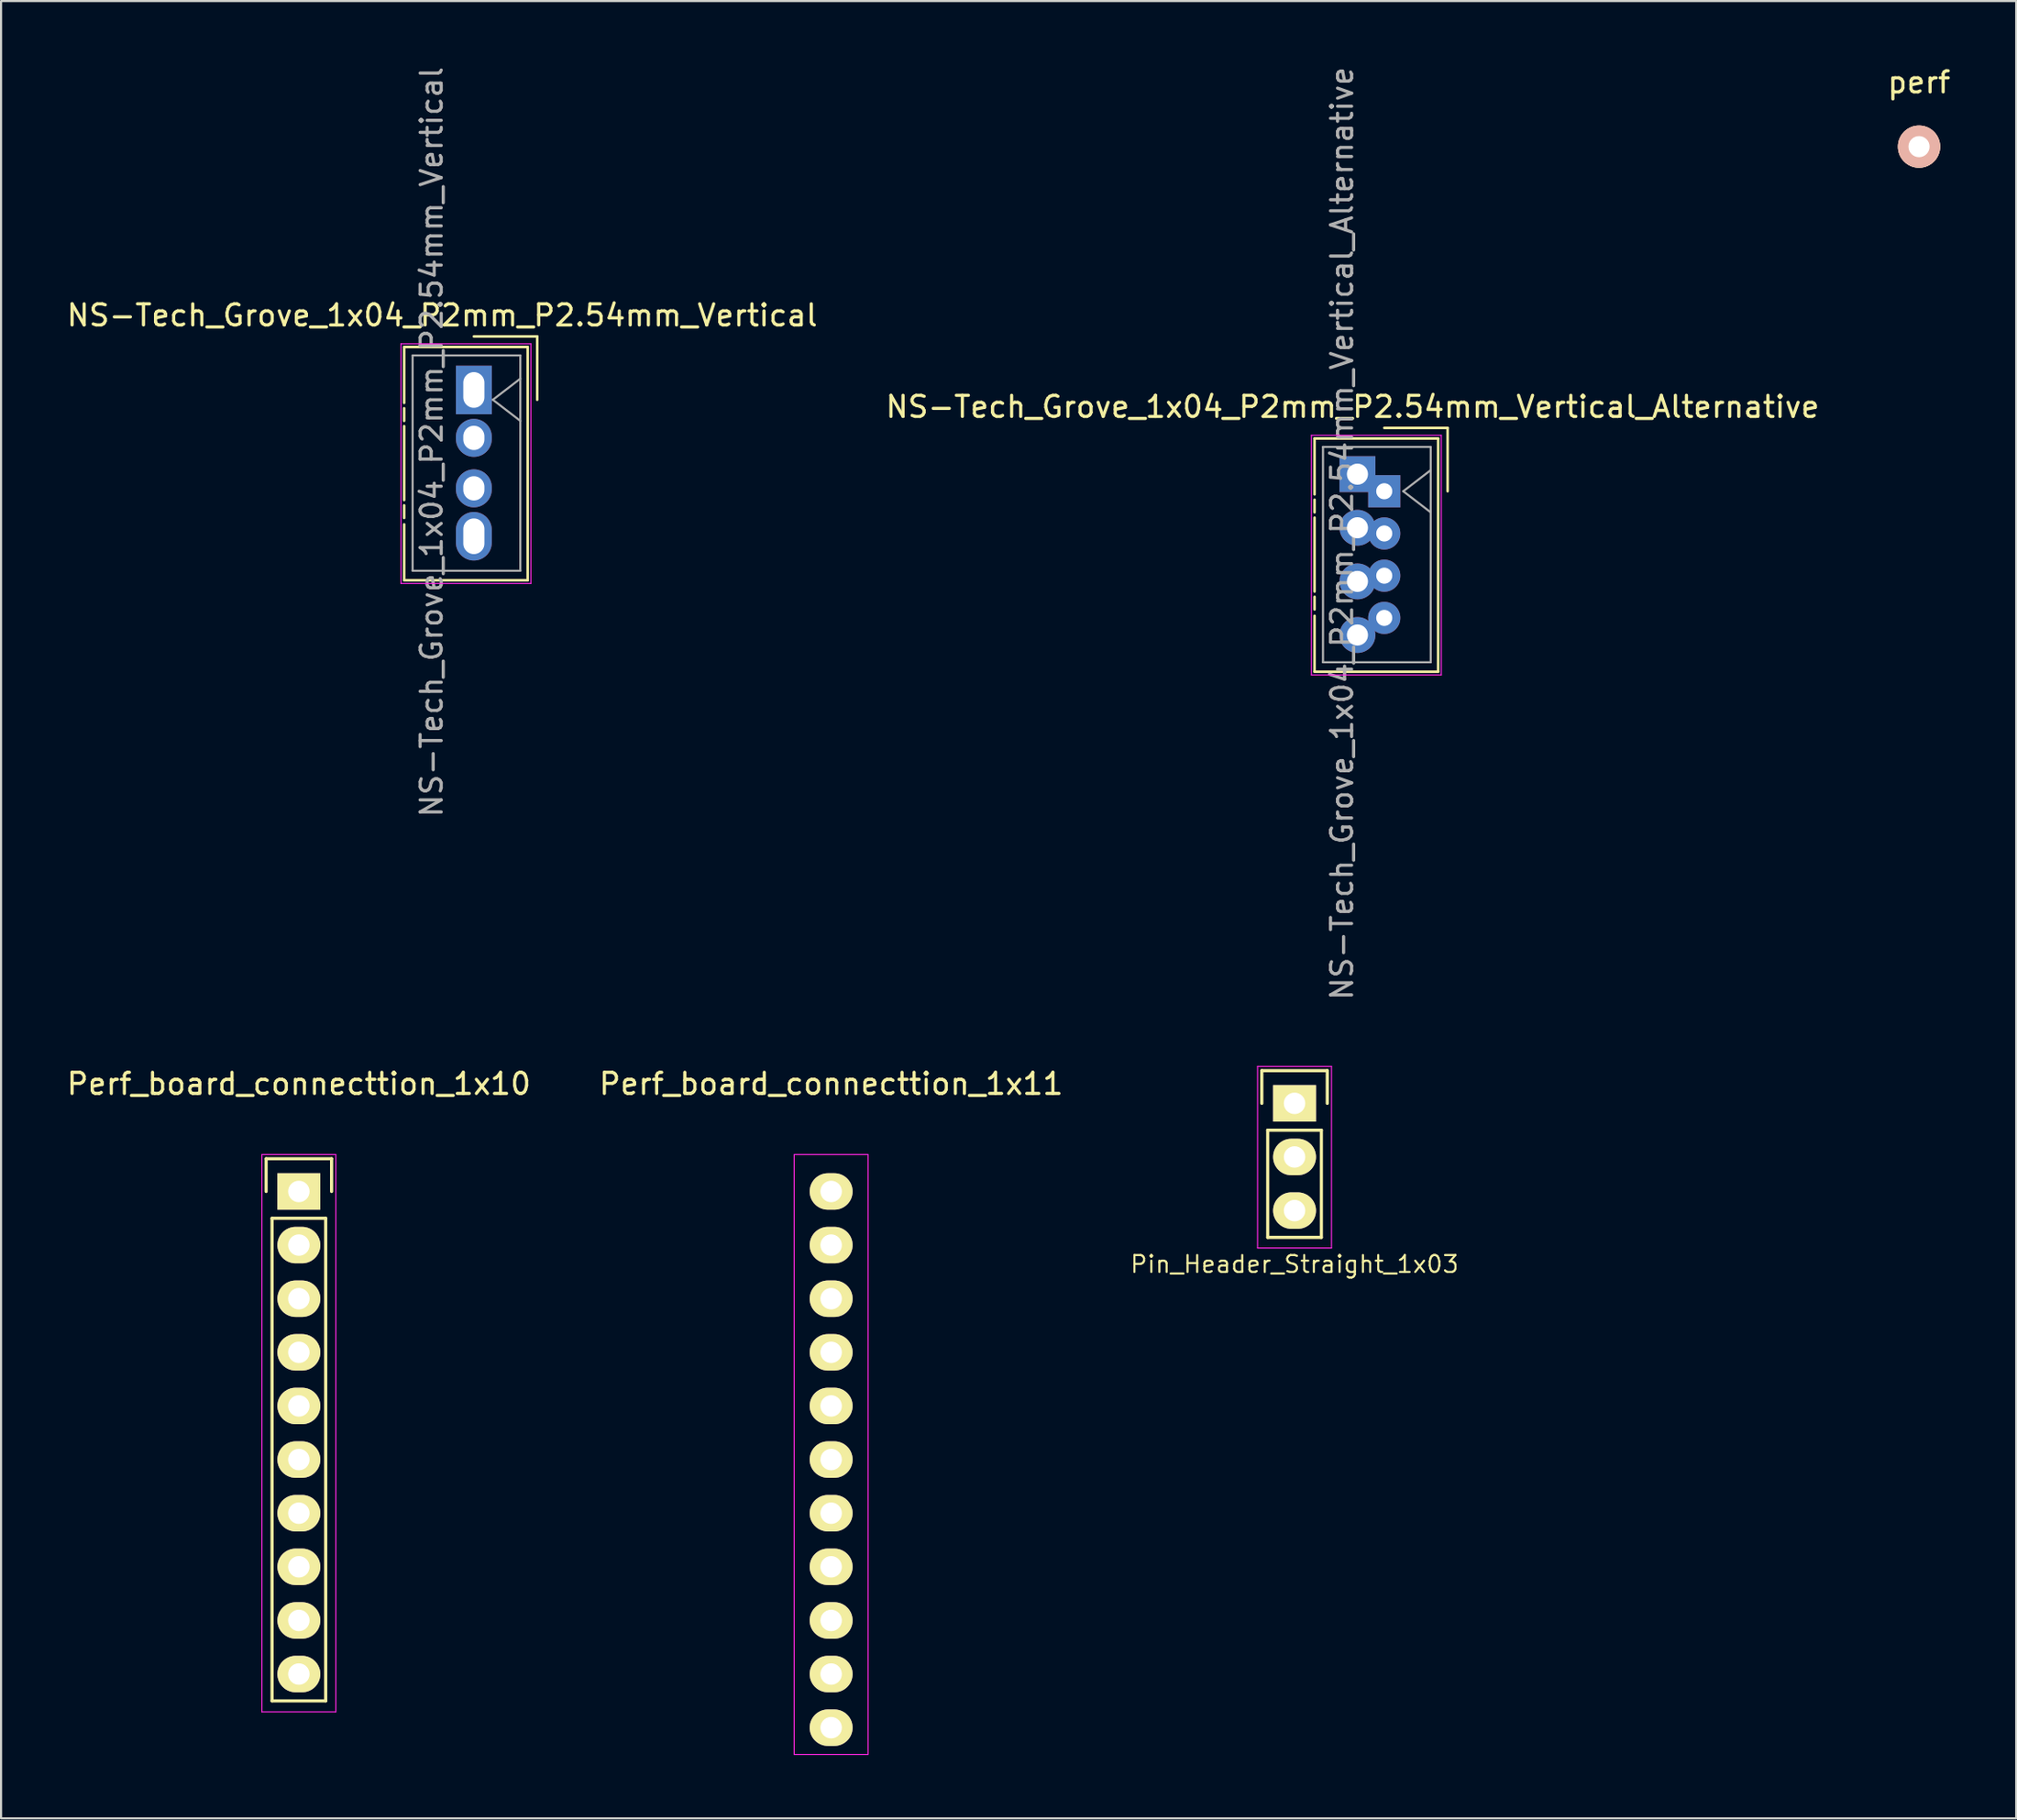
<source format=kicad_pcb>
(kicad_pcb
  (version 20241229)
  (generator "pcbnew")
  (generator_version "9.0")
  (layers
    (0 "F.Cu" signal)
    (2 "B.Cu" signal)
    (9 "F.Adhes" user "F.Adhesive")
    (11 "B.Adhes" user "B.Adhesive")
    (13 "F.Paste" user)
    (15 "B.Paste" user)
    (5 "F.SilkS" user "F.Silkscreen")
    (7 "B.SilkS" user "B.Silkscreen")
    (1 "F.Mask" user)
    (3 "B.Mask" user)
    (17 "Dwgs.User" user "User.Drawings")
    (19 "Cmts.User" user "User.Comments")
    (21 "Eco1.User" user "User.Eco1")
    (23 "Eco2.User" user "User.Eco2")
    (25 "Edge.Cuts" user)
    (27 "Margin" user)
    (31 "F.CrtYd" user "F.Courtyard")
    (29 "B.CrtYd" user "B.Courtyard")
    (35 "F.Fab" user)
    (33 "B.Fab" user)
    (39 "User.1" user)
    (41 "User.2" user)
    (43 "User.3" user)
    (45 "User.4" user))
  (footprint "NS-Tech_Grove_1x04_P2mm_P2.54mm_Vertical_Alternative"
    (layer "F.Cu")
    (at 62.494 20.22)
    (property "Reference" "NS-Tech_Grove_1x04_P2mm_P2.54mm_Vertical_Alternative" (at -1.5 -4 0) (layer "F.SilkS") (effects (font (size 1 1) (thickness 0.15))))
    (attr through_hole)
    (fp_line (start -3.3 -2.5) (end -3.3 0.15) (stroke (width 0.12) (type solid)) (layer "F.SilkS"))
    (fp_line (start -3.3 -2.5) (end 2.55 -2.5) (stroke (width 0.12) (type solid)) (layer "F.SilkS"))
    (fp_line (start -3.3 0.4) (end -3.3 1) (stroke (width 0.12) (type solid)) (layer "F.SilkS"))
    (fp_line (start -3.3 1.25) (end -3.3 4.75) (stroke (width 0.12) (type solid)) (layer "F.SilkS"))
    (fp_line (start -3.3 5) (end -3.3 5.6) (stroke (width 0.12) (type solid)) (layer "F.SilkS"))
    (fp_line (start -3.3 5.9) (end -3.3 8.55) (stroke (width 0.12) (type solid)) (layer "F.SilkS"))
    (fp_line (start -3.3 8.55) (end 2.55 8.55) (stroke (width 0.12) (type solid)) (layer "F.SilkS"))
    (fp_line (start 0 -3) (end 3 -3) (stroke (width 0.12) (type solid)) (layer "F.SilkS"))
    (fp_line (start 2.55 -2.5) (end 2.55 8.55) (stroke (width 0.12) (type solid)) (layer "F.SilkS"))
    (fp_line (start 3 -3) (end 3 0) (stroke (width 0.12) (type solid)) (layer "F.SilkS"))
    (fp_line (start -3.45 -2.65) (end -3.45 8.7) (stroke (width 0.05) (type solid)) (layer "F.CrtYd"))
    (fp_line (start -3.45 -2.65) (end 2.7 -2.65) (stroke (width 0.05) (type solid)) (layer "F.CrtYd"))
    (fp_line (start -3.45 8.7) (end 2.7 8.7) (stroke (width 0.05) (type solid)) (layer "F.CrtYd"))
    (fp_line (start 2.7 8.7) (end 2.7 -2.65) (stroke (width 0.05) (type solid)) (layer "F.CrtYd"))
    (fp_line (start -2.9 -2.1) (end 2.2 -2.1) (stroke (width 0.1) (type solid)) (layer "F.Fab"))
    (fp_line (start -2.9 8.1) (end -2.9 -2.1) (stroke (width 0.1) (type solid)) (layer "F.Fab"))
    (fp_line (start 0.9 0) (end 2.2 1) (stroke (width 0.1) (type solid)) (layer "F.Fab"))
    (fp_line (start 2.2 -2.1) (end 2.2 8.1) (stroke (width 0.1) (type solid)) (layer "F.Fab"))
    (fp_line (start 2.2 -1) (end 0.9 0) (stroke (width 0.1) (type solid)) (layer "F.Fab"))
    (fp_line (start 2.2 8.1) (end -2.9 8.1) (stroke (width 0.1) (type solid)) (layer "F.Fab"))
    (fp_text user "${REFERENCE}" (at -2 2 90) (layer "F.Fab") (effects (font (size 1 1) (thickness 0.15))))
    (pad "1" thru_hole rect (at -1.27 -0.81) (size 1.7 1.7) (drill 1) (layers "*.Cu" "*.Mask"))
    (pad "1" thru_hole rect (at 0 0) (size 1.524 1.524) (drill 0.762) (layers "*.Cu" "*.Mask"))
    (pad "2" thru_hole circle (at -1.27 1.73) (size 1.7 1.7) (drill 1) (layers "*.Cu" "*.Mask"))
    (pad "2" thru_hole circle (at 0 2) (size 1.524 1.524) (drill 0.762) (layers "*.Cu" "*.Mask"))
    (pad "3" thru_hole circle (at -1.27 4.27) (size 1.7 1.7) (drill 1) (layers "*.Cu" "*.Mask"))
    (pad "3" thru_hole circle (at 0 4) (size 1.524 1.524) (drill 0.762) (layers "*.Cu" "*.Mask"))
    (pad "4" thru_hole circle (at -1.27 6.81) (size 1.7 1.7) (drill 1) (layers "*.Cu" "*.Mask"))
    (pad "4" thru_hole circle (at 0 6) (size 1.524 1.524) (drill 0.762) (layers "*.Cu" "*.Mask")))
  (footprint "NS-Tech_Grove_1x04_P2mm_P2.54mm_Vertical"
    (layer "F.Cu")
    (at 19.387 15.887)
    (property "Reference" "NS-Tech_Grove_1x04_P2mm_P2.54mm_Vertical" (at -1.5 -4 0) (layer "F.SilkS") (effects (font (size 1 1) (thickness 0.15))))
    (attr through_hole)
    (fp_line (start -3.3 -2.5) (end -3.3 0.15) (stroke (width 0.12) (type solid)) (layer "F.SilkS"))
    (fp_line (start -3.3 -2.5) (end 2.55 -2.5) (stroke (width 0.12) (type solid)) (layer "F.SilkS"))
    (fp_line (start -3.3 0.4) (end -3.3 1) (stroke (width 0.12) (type solid)) (layer "F.SilkS"))
    (fp_line (start -3.3 1.25) (end -3.3 4.75) (stroke (width 0.12) (type solid)) (layer "F.SilkS"))
    (fp_line (start -3.3 5) (end -3.3 5.6) (stroke (width 0.12) (type solid)) (layer "F.SilkS"))
    (fp_line (start -3.3 5.9) (end -3.3 8.55) (stroke (width 0.12) (type solid)) (layer "F.SilkS"))
    (fp_line (start -3.3 8.55) (end 2.55 8.55) (stroke (width 0.12) (type solid)) (layer "F.SilkS"))
    (fp_line (start 0 -3) (end 3 -3) (stroke (width 0.12) (type solid)) (layer "F.SilkS"))
    (fp_line (start 2.55 -2.5) (end 2.55 8.55) (stroke (width 0.12) (type solid)) (layer "F.SilkS"))
    (fp_line (start 3 -3) (end 3 0) (stroke (width 0.12) (type solid)) (layer "F.SilkS"))
    (fp_line (start -3.45 -2.65) (end -3.45 8.7) (stroke (width 0.05) (type solid)) (layer "F.CrtYd"))
    (fp_line (start -3.45 -2.65) (end 2.7 -2.65) (stroke (width 0.05) (type solid)) (layer "F.CrtYd"))
    (fp_line (start -3.45 8.7) (end 2.7 8.7) (stroke (width 0.05) (type solid)) (layer "F.CrtYd"))
    (fp_line (start 2.7 8.7) (end 2.7 -2.65) (stroke (width 0.05) (type solid)) (layer "F.CrtYd"))
    (fp_line (start -2.9 -2.1) (end 2.2 -2.1) (stroke (width 0.1) (type solid)) (layer "F.Fab"))
    (fp_line (start -2.9 8.1) (end -2.9 -2.1) (stroke (width 0.1) (type solid)) (layer "F.Fab"))
    (fp_line (start 0.9 0) (end 2.2 1) (stroke (width 0.1) (type solid)) (layer "F.Fab"))
    (fp_line (start 2.2 -2.1) (end 2.2 8.1) (stroke (width 0.1) (type solid)) (layer "F.Fab"))
    (fp_line (start 2.2 -1) (end 0.9 0) (stroke (width 0.1) (type solid)) (layer "F.Fab"))
    (fp_line (start 2.2 8.1) (end -2.9 8.1) (stroke (width 0.1) (type solid)) (layer "F.Fab"))
    (fp_text user "${REFERENCE}" (at -2 2 90) (layer "F.Fab") (effects (font (size 1 1) (thickness 0.15))))
    (pad "1" thru_hole rect (at 0 -0.465) (size 1.7 2.3) (drill oval 1 1.69) (layers "*.Cu" "*.Mask"))
    (pad "2" thru_hole oval (at 0 1.805) (size 1.7 1.8) (drill oval 1 1.15) (layers "*.Cu" "*.Mask"))
    (pad "3" thru_hole oval (at 0 4.195) (size 1.7 1.8) (drill oval 1 1.15) (layers "*.Cu" "*.Mask"))
    (pad "4" thru_hole oval (at 0 6.465) (size 1.7 2.3) (drill oval 1 1.69) (layers "*.Cu" "*.Mask")))
  (footprint "Perf_board_connecttion_1x11"
    (layer "F.Cu")
    (at 36.304 53.389)
    (property "Reference" "Perf_board_connecttion_1x11" (at 0 -5.1 0) (layer "F.SilkS") (effects (font (size 1 1) (thickness 0.15))))
    (attr through_hole)
    (fp_line (start -1.75 -1.75) (end -1.75 26.67) (stroke (width 0.05) (type solid)) (layer "F.CrtYd"))
    (fp_line (start -1.75 -1.75) (end 1.75 -1.75) (stroke (width 0.05) (type solid)) (layer "F.CrtYd"))
    (fp_line (start -1.75 26.67) (end 1.75 26.67) (stroke (width 0.05) (type solid)) (layer "F.CrtYd"))
    (fp_line (start 1.75 -1.75) (end 1.75 26.67) (stroke (width 0.05) (type solid)) (layer "F.CrtYd"))
    (pad "1" thru_hole oval (at 0 0) (size 2.032 1.727) (drill 1.016) (layers "*.Cu" "*.Mask" "F.SilkS"))
    (pad "2" thru_hole oval (at 0 2.54) (size 2.032 1.727) (drill 1.016) (layers "*.Cu" "*.Mask" "F.SilkS"))
    (pad "3" thru_hole oval (at 0 5.08) (size 2.032 1.727) (drill 1.016) (layers "*.Cu" "*.Mask" "F.SilkS"))
    (pad "4" thru_hole oval (at 0 7.62) (size 2.032 1.727) (drill 1.016) (layers "*.Cu" "*.Mask" "F.SilkS"))
    (pad "5" thru_hole oval (at 0 10.16) (size 2.032 1.727) (drill 1.016) (layers "*.Cu" "*.Mask" "F.SilkS"))
    (pad "6" thru_hole oval (at 0 12.7) (size 2.032 1.727) (drill 1.016) (layers "*.Cu" "*.Mask" "F.SilkS"))
    (pad "7" thru_hole oval (at 0 15.24) (size 2.032 1.727) (drill 1.016) (layers "*.Cu" "*.Mask" "F.SilkS"))
    (pad "8" thru_hole oval (at 0 17.78) (size 2.032 1.727) (drill 1.016) (layers "*.Cu" "*.Mask" "F.SilkS"))
    (pad "9" thru_hole oval (at 0 20.32) (size 2.032 1.727) (drill 1.016) (layers "*.Cu" "*.Mask" "F.SilkS"))
    (pad "10" thru_hole oval (at 0 22.86) (size 2.032 1.727) (drill 1.016) (layers "*.Cu" "*.Mask" "F.SilkS"))
    (pad "11" thru_hole oval (at 0 25.4) (size 2.032 1.727) (drill 1.016) (layers "*.Cu" "*.Mask" "F.SilkS")))
  (footprint "Pin_Header_Straight_1x03"
    (layer "F.Cu")
    (at 58.246 49.215)
    (property "Reference" "Pin_Header_Straight_1x03" (at 0 7.62 0) (layer "F.SilkS") (effects (font (size 0.8 0.8) (thickness 0.1))))
    (attr through_hole)
    (fp_line (start -1.55 -1.55) (end 1.55 -1.55) (stroke (width 0.15) (type solid)) (layer "F.SilkS"))
    (fp_line (start -1.55 0) (end -1.55 -1.55) (stroke (width 0.15) (type solid)) (layer "F.SilkS"))
    (fp_line (start -1.27 1.27) (end -1.27 6.35) (stroke (width 0.15) (type solid)) (layer "F.SilkS"))
    (fp_line (start -1.27 6.35) (end 1.27 6.35) (stroke (width 0.15) (type solid)) (layer "F.SilkS"))
    (fp_line (start 1.27 1.27) (end -1.27 1.27) (stroke (width 0.15) (type solid)) (layer "F.SilkS"))
    (fp_line (start 1.27 6.35) (end 1.27 1.27) (stroke (width 0.15) (type solid)) (layer "F.SilkS"))
    (fp_line (start 1.55 -1.55) (end 1.55 0) (stroke (width 0.15) (type solid)) (layer "F.SilkS"))
    (fp_line (start -1.75 -1.75) (end -1.75 6.85) (stroke (width 0.05) (type solid)) (layer "F.CrtYd"))
    (fp_line (start -1.75 -1.75) (end 1.75 -1.75) (stroke (width 0.05) (type solid)) (layer "F.CrtYd"))
    (fp_line (start -1.75 6.85) (end 1.75 6.85) (stroke (width 0.05) (type solid)) (layer "F.CrtYd"))
    (fp_line (start 1.75 -1.75) (end 1.75 6.85) (stroke (width 0.05) (type solid)) (layer "F.CrtYd"))
    (pad "1" thru_hole rect (at 0 0) (size 2.032 1.727) (drill 1.016) (layers "*.Cu" "*.Mask" "F.SilkS"))
    (pad "2" thru_hole oval (at 0 2.54) (size 2.032 1.727) (drill 1.016) (layers "*.Cu" "*.Mask" "F.SilkS"))
    (pad "3" thru_hole oval (at 0 5.08) (size 2.032 1.727) (drill 1.016) (layers "*.Cu" "*.Mask" "F.SilkS")))
  (footprint "Perf_board_connecttion_1x10"
    (layer "F.Cu")
    (at 11.101 53.389)
    (property "Reference" "Perf_board_connecttion_1x10" (at 0 -5.1 0) (layer "F.SilkS") (effects (font (size 1 1) (thickness 0.15))))
    (attr through_hole)
    (fp_line (start -1.55 -1.55) (end 1.55 -1.55) (stroke (width 0.15) (type solid)) (layer "F.SilkS"))
    (fp_line (start -1.55 0) (end -1.55 -1.55) (stroke (width 0.15) (type solid)) (layer "F.SilkS"))
    (fp_line (start -1.27 24.13) (end -1.27 1.27) (stroke (width 0.15) (type solid)) (layer "F.SilkS"))
    (fp_line (start 1.27 1.27) (end -1.27 1.27) (stroke (width 0.15) (type solid)) (layer "F.SilkS"))
    (fp_line (start 1.27 1.27) (end 1.27 24.13) (stroke (width 0.15) (type solid)) (layer "F.SilkS"))
    (fp_line (start 1.27 24.13) (end -1.27 24.13) (stroke (width 0.15) (type solid)) (layer "F.SilkS"))
    (fp_line (start 1.55 -1.55) (end 1.55 0) (stroke (width 0.15) (type solid)) (layer "F.SilkS"))
    (fp_line (start -1.75 -1.75) (end -1.75 24.65) (stroke (width 0.05) (type solid)) (layer "F.CrtYd"))
    (fp_line (start -1.75 -1.75) (end 1.75 -1.75) (stroke (width 0.05) (type solid)) (layer "F.CrtYd"))
    (fp_line (start -1.75 24.65) (end 1.75 24.65) (stroke (width 0.05) (type solid)) (layer "F.CrtYd"))
    (fp_line (start 1.75 -1.75) (end 1.75 24.65) (stroke (width 0.05) (type solid)) (layer "F.CrtYd"))
    (pad "1" thru_hole rect (at 0 0) (size 2.032 1.727) (drill 1.016) (layers "*.Cu" "*.Mask" "F.SilkS"))
    (pad "2" thru_hole oval (at 0 2.54) (size 2.032 1.727) (drill 1.016) (layers "*.Cu" "*.Mask" "F.SilkS"))
    (pad "3" thru_hole oval (at 0 5.08) (size 2.032 1.727) (drill 1.016) (layers "*.Cu" "*.Mask" "F.SilkS"))
    (pad "4" thru_hole oval (at 0 7.62) (size 2.032 1.727) (drill 1.016) (layers "*.Cu" "*.Mask" "F.SilkS"))
    (pad "5" thru_hole oval (at 0 10.16) (size 2.032 1.727) (drill 1.016) (layers "*.Cu" "*.Mask" "F.SilkS"))
    (pad "6" thru_hole oval (at 0 12.7) (size 2.032 1.727) (drill 1.016) (layers "*.Cu" "*.Mask" "F.SilkS"))
    (pad "7" thru_hole oval (at 0 15.24) (size 2.032 1.727) (drill 1.016) (layers "*.Cu" "*.Mask" "F.SilkS"))
    (pad "8" thru_hole oval (at 0 17.78) (size 2.032 1.727) (drill 1.016) (layers "*.Cu" "*.Mask" "F.SilkS"))
    (pad "9" thru_hole oval (at 0 20.32) (size 2.032 1.727) (drill 1.016) (layers "*.Cu" "*.Mask" "F.SilkS"))
    (pad "10" thru_hole oval (at 0 22.86) (size 2.032 1.727) (drill 1.016) (layers "*.Cu" "*.Mask" "F.SilkS")))
  (footprint "perf"
    (layer "F.Cu")
    (at 87.815 3.896)
    (property "Reference" "perf" (at 0 -3.048 0) (layer "F.SilkS") (effects (font (size 1 1) (thickness 0.15))))
    (attr through_hole)
    (pad "perf" thru_hole circle (at 0 0) (size 2 2) (drill 1) (layers "*.Cu" "*.SilkS" "*.Mask")))
  (gr_rect
    (start -3 -3)
    (end 92.417 83.084)
    (stroke (width 0.1) (type default))
    (fill no)
    (layer "Edge.Cuts")))
</source>
